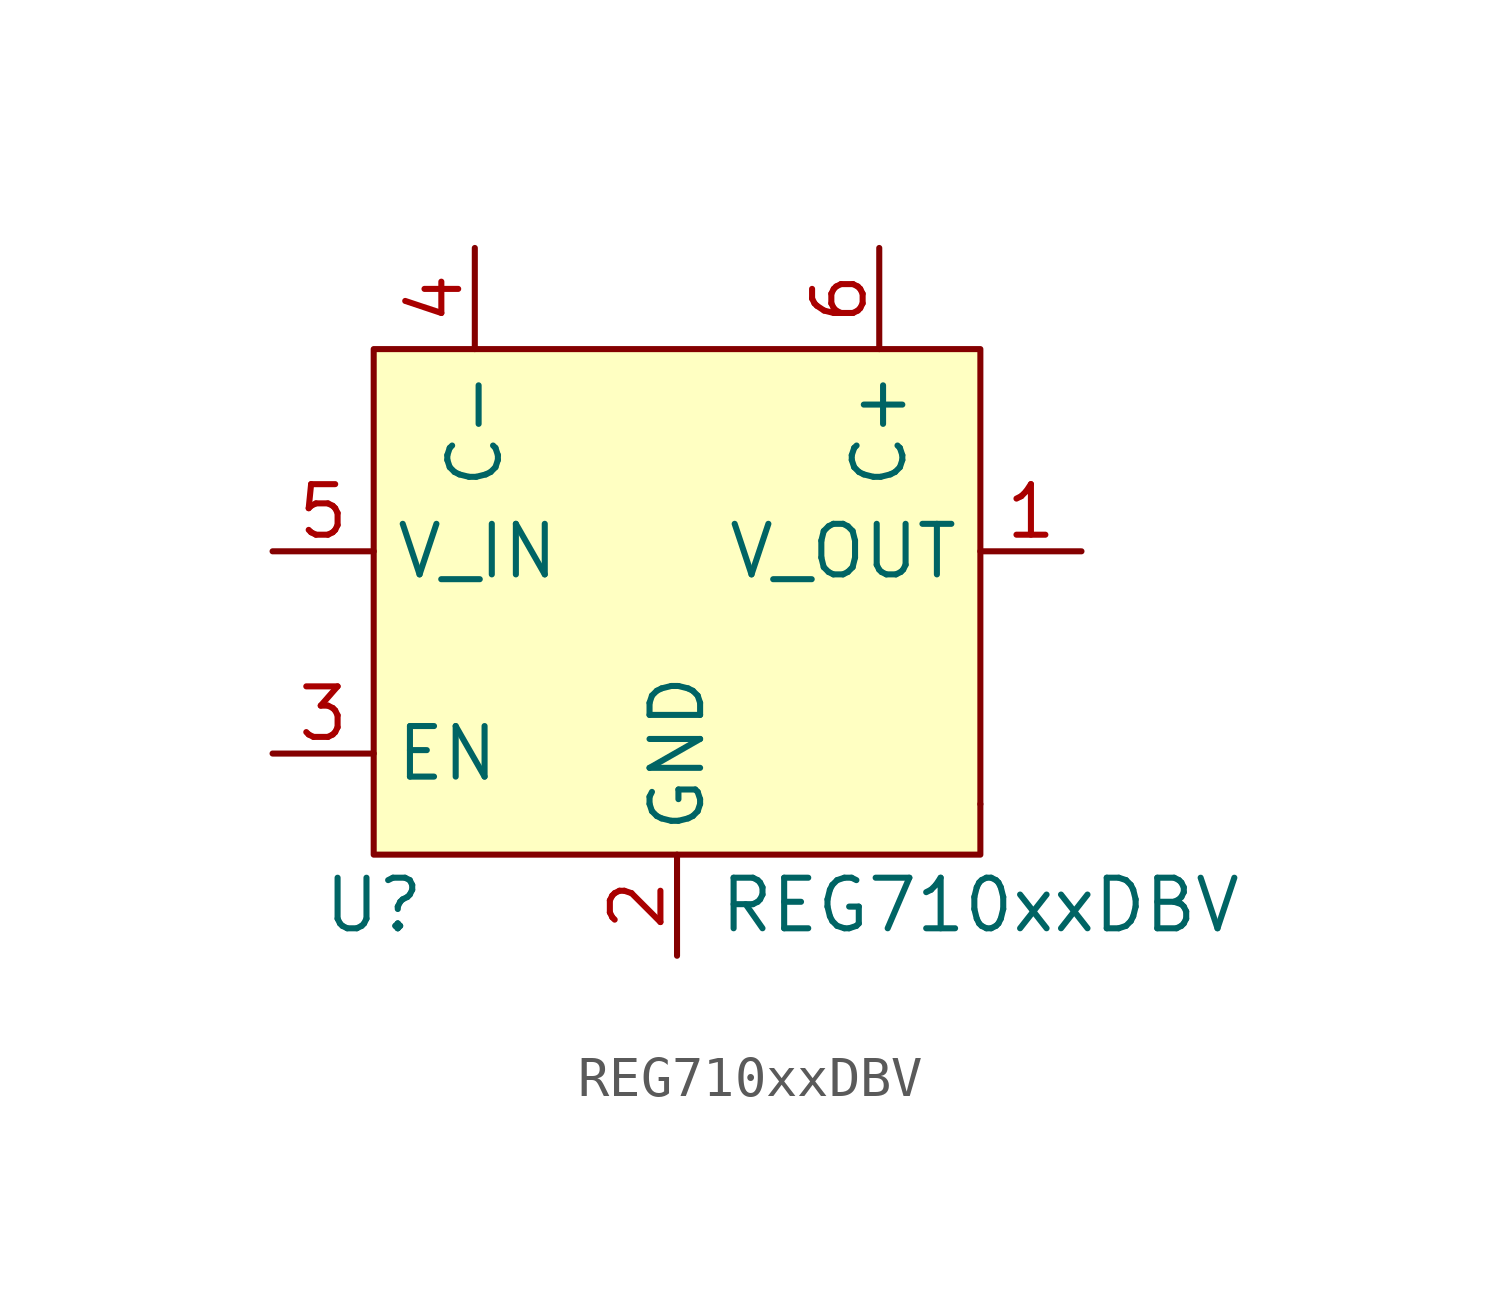
<source format=kicad_sym>
(kicad_symbol_lib
  (version 20211014)
  (generator kicad_symbol_editor)
  (symbol "REG710xxDBV"
    (property "Reference" "U"
      (at -7.62 -11.43 0)
      (effects (font (size 1.27 1.27))))
    (property "Value" "REG710xxDBV"
      (at 7.62 -11.43 0)
      (effects (font (size 1.27 1.27))))
    (symbol "REG710xxDBV_0_1"
      (rectangle (start -7.62 2.54) (end 7.62 -10.16) (stroke (width 0.152) (type default) (color 0 0 0 0)) (fill (type background)))
      (rectangle (start 7.62 -8.89) (end 7.62 -8.89) (stroke (width 0.152) (type default) (color 0 0 0 0)) (fill (type none))))
    (symbol "REG710xxDBV_1_1"
      (pin power_out line (at 10.16 -2.54 180) (length 2.54) (name "V_OUT" (effects (font (size 1.27 1.27)))) (number "1" (effects (font (size 1.27 1.27)))))
      (pin passive line (at 0 -12.7 90) (length 2.54) (name "GND" (effects (font (size 1.27 1.27)))) (number "2" (effects (font (size 1.27 1.27)))))
      (pin input line (at -10.16 -7.62 0) (length 2.54) (name "EN" (effects (font (size 1.27 1.27)))) (number "3" (effects (font (size 1.27 1.27)))))
      (pin passive line (at -5.08 5.08 270) (length 2.54) (name "C-" (effects (font (size 1.27 1.27)))) (number "4" (effects (font (size 1.27 1.27)))))
      (pin power_in line (at -10.16 -2.54 0) (length 2.54) (name "V_IN" (effects (font (size 1.27 1.27)))) (number "5" (effects (font (size 1.27 1.27)))))
      (pin passive line (at 5.08 5.08 270) (length 2.54) (name "C+" (effects (font (size 1.27 1.27)))) (number "6" (effects (font (size 1.27 1.27))))))))
</source>
